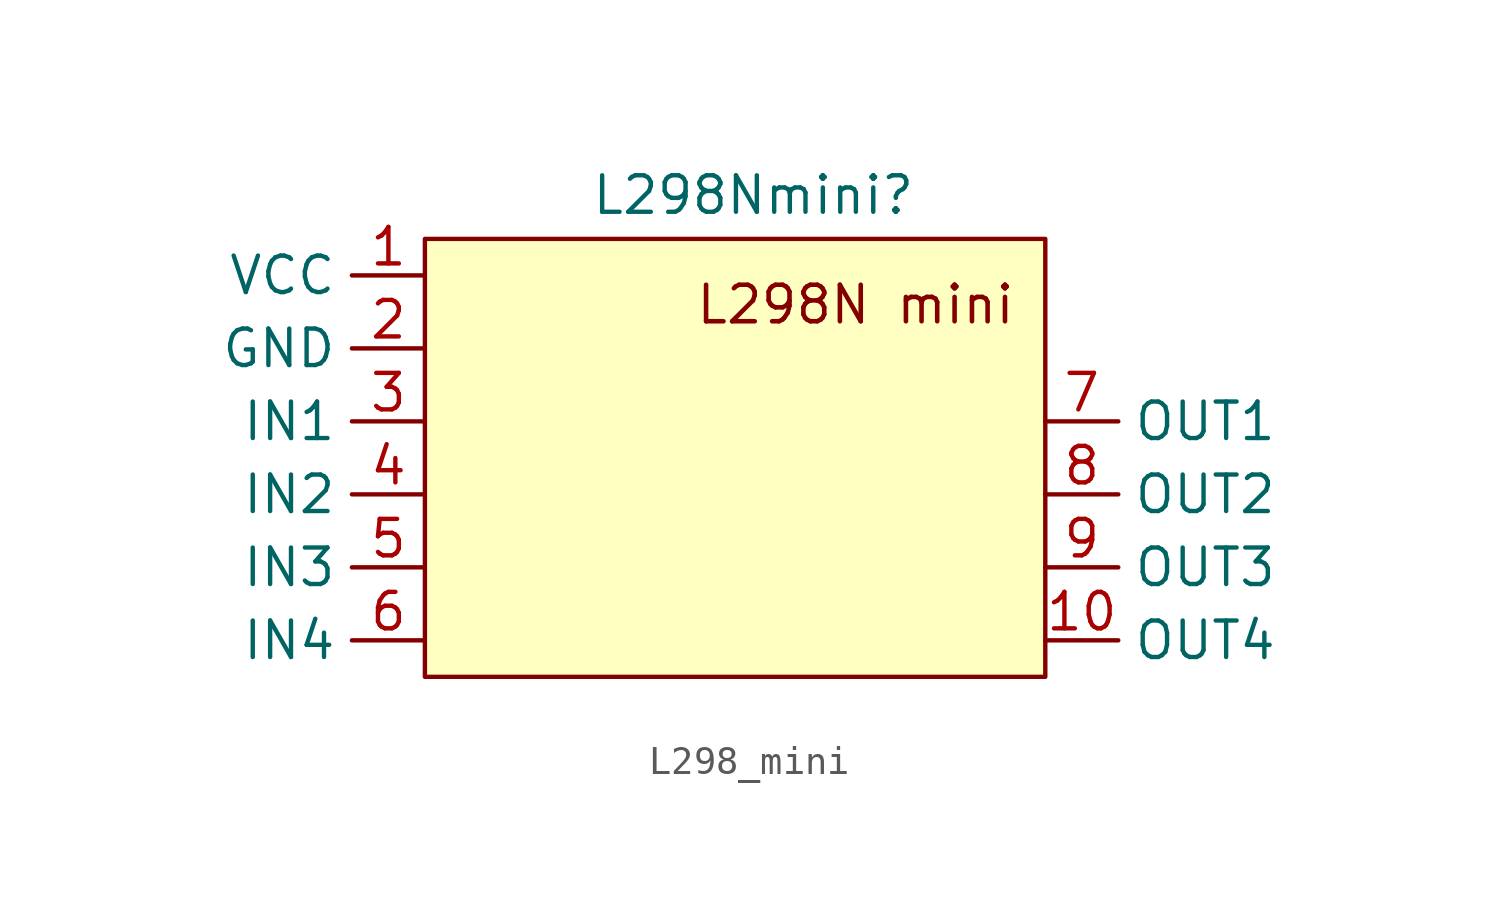
<source format=kicad_sym>
(kicad_symbol_lib
  (version 20241209)
  (generator "kicad_symbol_editor")
  (generator_version "9.0")
  (symbol "L298_mini"
    (property "Reference" "L298Nmini"
      (at 11.43 16.764 0)
      (effects (font (size 1.27 1.27))))
    (property "Value" ""
      (at 0 0 0)
      (effects (font (size 1.27 1.27))))
    (symbol "L298_mini_1_1"
      (rectangle (start 0 15.24) (end 21.59 0) (stroke (width 0) (type solid)) (fill (type background)))
      (text "L298N mini\n" (at 14.986 12.954 0) (effects (font (size 1.27 1.27) (thickness 0.159))))
      (pin input line (at 0 13.97 180) (length 2.54) (name "VCC" (effects (font (size 1.27 1.27)))) (number "1" (effects (font (size 1.27 1.27)))))
      (pin input line (at 0 11.43 180) (length 2.54) (name "GND" (effects (font (size 1.27 1.27)))) (number "2" (effects (font (size 1.27 1.27)))))
      (pin input line (at 0 8.89 180) (length 2.54) (name "IN1" (effects (font (size 1.27 1.27)))) (number "3" (effects (font (size 1.27 1.27)))))
      (pin input line (at 0 6.35 180) (length 2.54) (name "IN2" (effects (font (size 1.27 1.27)))) (number "4" (effects (font (size 1.27 1.27)))))
      (pin input line (at 0 3.81 180) (length 2.54) (name "IN3" (effects (font (size 1.27 1.27)))) (number "5" (effects (font (size 1.27 1.27)))))
      (pin input line (at 0 1.27 180) (length 2.54) (name "IN4" (effects (font (size 1.27 1.27)))) (number "6" (effects (font (size 1.27 1.27)))))
      (pin output line (at 21.59 8.89 0) (length 2.54) (name "OUT1" (effects (font (size 1.27 1.27)))) (number "7" (effects (font (size 1.27 1.27)))))
      (pin output line (at 21.59 6.35 0) (length 2.54) (name "OUT2" (effects (font (size 1.27 1.27)))) (number "8" (effects (font (size 1.27 1.27)))))
      (pin output line (at 21.59 3.81 0) (length 2.54) (name "OUT3" (effects (font (size 1.27 1.27)))) (number "9" (effects (font (size 1.27 1.27)))))
      (pin output line (at 21.59 1.27 0) (length 2.54) (name "OUT4" (effects (font (size 1.27 1.27)))) (number "10" (effects (font (size 1.27 1.27))))))))
</source>
